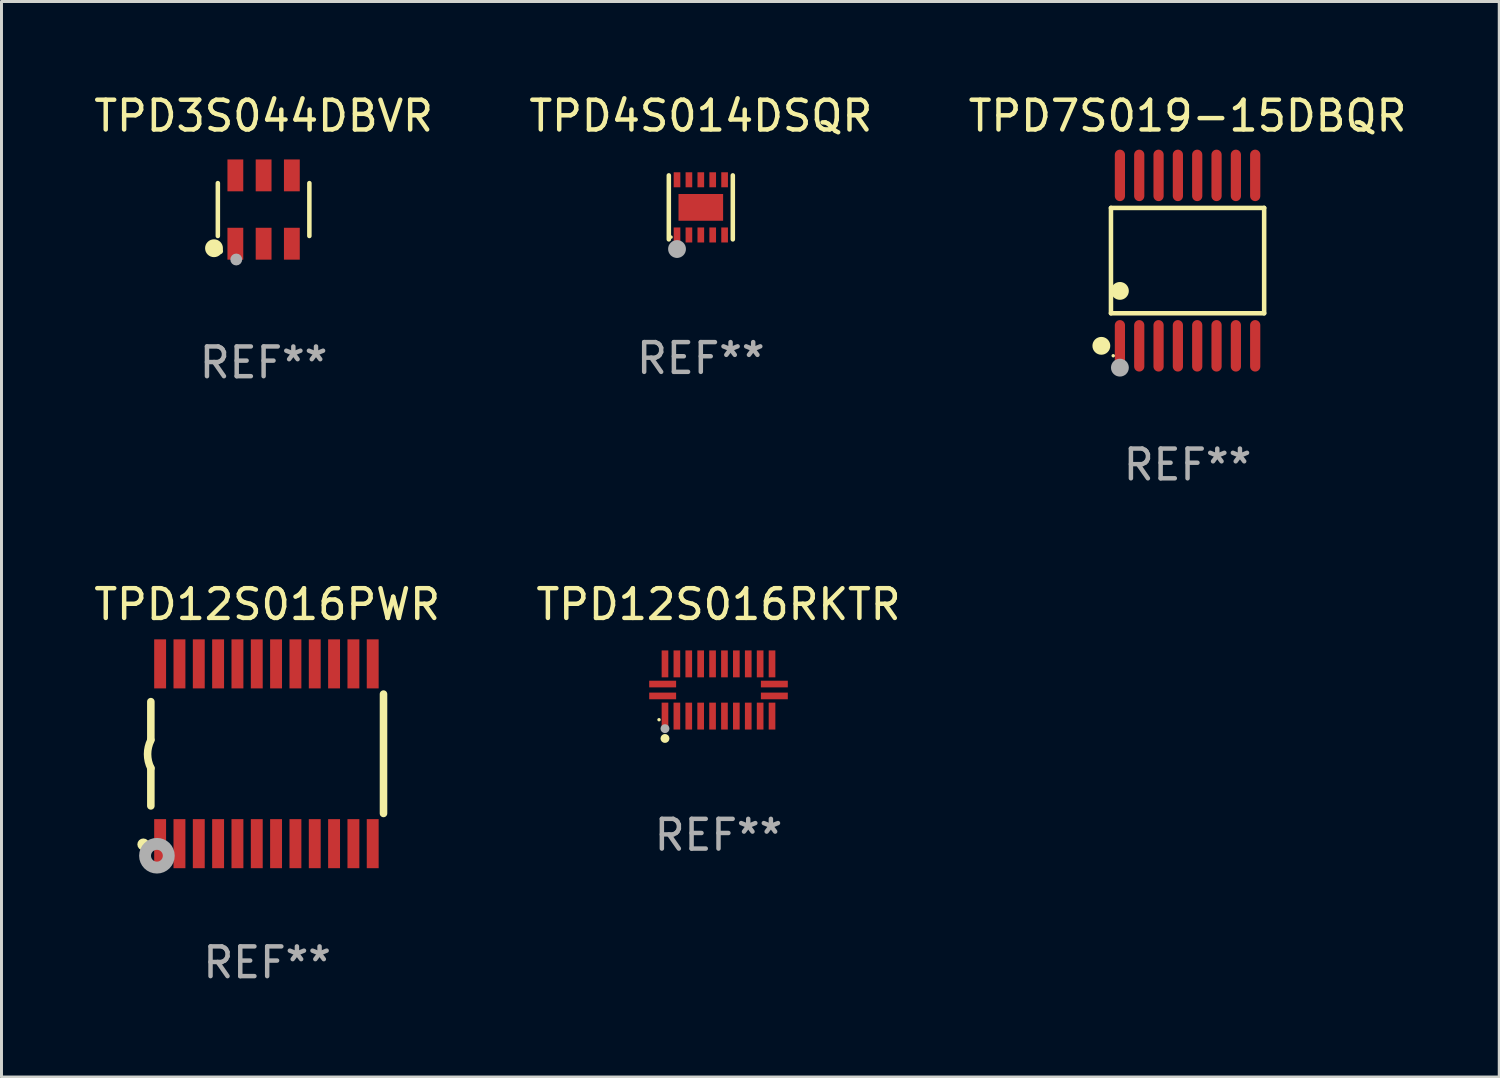
<source format=kicad_pcb>
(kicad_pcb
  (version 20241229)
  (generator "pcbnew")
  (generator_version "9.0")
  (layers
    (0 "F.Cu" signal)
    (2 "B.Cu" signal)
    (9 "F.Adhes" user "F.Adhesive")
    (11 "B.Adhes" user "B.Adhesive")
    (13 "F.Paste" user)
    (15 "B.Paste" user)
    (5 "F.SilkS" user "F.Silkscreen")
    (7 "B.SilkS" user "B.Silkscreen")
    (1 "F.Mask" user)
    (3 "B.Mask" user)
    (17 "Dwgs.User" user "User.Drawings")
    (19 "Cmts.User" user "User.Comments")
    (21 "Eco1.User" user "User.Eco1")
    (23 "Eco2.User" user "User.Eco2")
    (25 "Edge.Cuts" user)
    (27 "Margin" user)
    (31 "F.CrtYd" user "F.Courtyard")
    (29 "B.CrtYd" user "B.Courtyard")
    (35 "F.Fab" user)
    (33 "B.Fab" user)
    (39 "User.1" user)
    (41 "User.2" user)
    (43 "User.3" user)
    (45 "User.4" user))
  (footprint "TPD3S044DBVR"
    (layer "F.Cu")
    (at 5.815 3.997)
    (property "Reference" "TPD3S044DBVR" (at 0 -3.149 0) (layer "F.SilkS") (effects (font (size 1 1) (thickness 0.15))))
    (attr through_hole)
    (fp_line (start -1.539 0.889) (end -1.539 -0.889) (stroke (width 0.152) (type solid)) (layer "F.SilkS"))
    (fp_line (start 1.539 0.889) (end 1.539 -0.889) (stroke (width 0.152) (type solid)) (layer "F.SilkS"))
    (fp_circle (center -1.668 1.301) (end -1.518 1.301) (stroke (width 0.3) (type solid)) (fill no) (layer "F.SilkS"))
    (fp_circle (center -1.463 1.4) (end -1.413 1.4) (stroke (width 0.1) (type solid)) (fill no) (layer "F.SilkS"))
    (fp_circle (center -0.92 1.68) (end -0.82 1.68) (stroke (width 0.2) (type solid)) (fill no) (layer "F.Fab"))
    (fp_text user "REF**" (at 0 5.149 0) (layer "F.Fab") (effects (font (size 1 1) (thickness 0.15))))
    (pad "1" smd rect (at -0.95 1.149) (size 0.532 1.072) (layers "F.Cu" "F.Mask" "F.Paste"))
    (pad "2" smd rect (at 0 1.149) (size 0.532 1.072) (layers "F.Cu" "F.Mask" "F.Paste"))
    (pad "3" smd rect (at 0.95 1.149) (size 0.532 1.072) (layers "F.Cu" "F.Mask" "F.Paste"))
    (pad "4" smd rect (at 0.95 -1.149) (size 0.532 1.072) (layers "F.Cu" "F.Mask" "F.Paste"))
    (pad "5" smd rect (at 0 -1.149) (size 0.532 1.072) (layers "F.Cu" "F.Mask" "F.Paste"))
    (pad "6" smd rect (at -0.95 -1.149) (size 0.532 1.072) (layers "F.Cu" "F.Mask" "F.Paste")))
  (footprint "TPD12S016PWR"
    (layer "F.Cu")
    (at 5.935 22.299)
    (property "Reference" "TPD12S016PWR" (at 0 -5.023 0) (layer "F.SilkS") (effects (font (size 1 1) (thickness 0.15))))
    (attr through_hole)
    (fp_line (start -3.912 -0.483) (end -3.912 -1.753) (stroke (width 0.254) (type solid)) (layer "F.SilkS"))
    (fp_line (start -3.912 1.753) (end -3.912 0.483) (stroke (width 0.254) (type solid)) (layer "F.SilkS"))
    (fp_line (start 3.912 -2.007) (end 3.912 2.007) (stroke (width 0.254) (type solid)) (layer "F.SilkS"))
    (fp_arc (start -3.911608 0.482601) (mid -4.022537 0.0127) (end -3.911608 -0.457201) (stroke (width 0.254001) (type solid)) (layer "F.SilkS"))
    (fp_circle (center -4.166 3.048) (end -4.066 3.048) (stroke (width 0.2) (type solid)) (fill no) (layer "F.SilkS"))
    (fp_circle (center -3.925 3.186) (end -3.895 3.186) (stroke (width 0.06) (type solid)) (fill no) (layer "F.SilkS"))
    (fp_circle (center -3.708 3.429) (end -3.509 3.429) (stroke (width 0.4) (type solid)) (fill no) (layer "F.Fab"))
    (fp_text user "REF**" (at 0 7.023 0) (layer "F.Fab") (effects (font (size 1 1) (thickness 0.15))))
    (pad "1" smd rect (at -3.6 3.023) (size 0.4 1.65) (layers "F.Cu" "F.Mask" "F.Paste"))
    (pad "2" smd rect (at -2.95 3.023) (size 0.4 1.65) (layers "F.Cu" "F.Mask" "F.Paste"))
    (pad "3" smd rect (at -2.3 3.023) (size 0.4 1.65) (layers "F.Cu" "F.Mask" "F.Paste"))
    (pad "4" smd rect (at -1.65 3.023) (size 0.4 1.65) (layers "F.Cu" "F.Mask" "F.Paste"))
    (pad "5" smd rect (at -1 3.023) (size 0.4 1.65) (layers "F.Cu" "F.Mask" "F.Paste"))
    (pad "6" smd rect (at -0.35 3.023) (size 0.4 1.65) (layers "F.Cu" "F.Mask" "F.Paste"))
    (pad "7" smd rect (at 0.299 3.023) (size 0.4 1.65) (layers "F.Cu" "F.Mask" "F.Paste"))
    (pad "8" smd rect (at 0.95 3.023) (size 0.4 1.65) (layers "F.Cu" "F.Mask" "F.Paste"))
    (pad "9" smd rect (at 1.6 3.023) (size 0.4 1.65) (layers "F.Cu" "F.Mask" "F.Paste"))
    (pad "10" smd rect (at 2.25 3.023) (size 0.4 1.65) (layers "F.Cu" "F.Mask" "F.Paste"))
    (pad "11" smd rect (at 2.9 3.023) (size 0.4 1.65) (layers "F.Cu" "F.Mask" "F.Paste"))
    (pad "12" smd rect (at 3.549 3.023) (size 0.4 1.65) (layers "F.Cu" "F.Mask" "F.Paste"))
    (pad "13" smd rect (at 3.549 -3.023) (size 0.4 1.65) (layers "F.Cu" "F.Mask" "F.Paste"))
    (pad "14" smd rect (at 2.9 -3.023) (size 0.4 1.65) (layers "F.Cu" "F.Mask" "F.Paste"))
    (pad "15" smd rect (at 2.25 -3.023) (size 0.4 1.65) (layers "F.Cu" "F.Mask" "F.Paste"))
    (pad "16" smd rect (at 1.6 -3.023) (size 0.4 1.65) (layers "F.Cu" "F.Mask" "F.Paste"))
    (pad "17" smd rect (at 0.95 -3.023) (size 0.4 1.65) (layers "F.Cu" "F.Mask" "F.Paste"))
    (pad "18" smd rect (at 0.299 -3.023) (size 0.4 1.65) (layers "F.Cu" "F.Mask" "F.Paste"))
    (pad "19" smd rect (at -0.35 -3.023) (size 0.4 1.65) (layers "F.Cu" "F.Mask" "F.Paste"))
    (pad "20" smd rect (at -1 -3.023) (size 0.4 1.65) (layers "F.Cu" "F.Mask" "F.Paste"))
    (pad "21" smd rect (at -1.65 -3.023) (size 0.4 1.65) (layers "F.Cu" "F.Mask" "F.Paste"))
    (pad "22" smd rect (at -2.3 -3.023) (size 0.4 1.65) (layers "F.Cu" "F.Mask" "F.Paste"))
    (pad "23" smd rect (at -2.95 -3.023) (size 0.4 1.65) (layers "F.Cu" "F.Mask" "F.Paste"))
    (pad "24" smd rect (at -3.6 -3.023) (size 0.4 1.65) (layers "F.Cu" "F.Mask" "F.Paste")))
  (footprint "TPD4S014DSQR"
    (layer "F.Cu")
    (at 20.518 3.924)
    (property "Reference" "TPD4S014DSQR" (at 0 -3.076 0) (layer "F.SilkS") (effects (font (size 1 1) (thickness 0.15))))
    (attr through_hole)
    (fp_line (start -1.076 1.076) (end -1.076 -1.076) (stroke (width 0.152) (type solid)) (layer "F.SilkS"))
    (fp_line (start 1.076 -1.076) (end 1.076 1.076) (stroke (width 0.152) (type solid)) (layer "F.SilkS"))
    (fp_circle (center -1 1) (end -0.97 1) (stroke (width 0.06) (type solid)) (fill no) (layer "F.SilkS"))
    (fp_circle (center -0.8 1.48) (end -0.7 1.48) (stroke (width 0.2) (type solid)) (fill no) (layer "F.SilkS"))
    (fp_circle (center -0.8 1.4) (end -0.65 1.4) (stroke (width 0.3) (type solid)) (fill no) (layer "F.Fab"))
    (fp_text user "REF**" (at 0 5.076 0) (layer "F.Fab") (effects (font (size 1 1) (thickness 0.15))))
    (pad "1" smd rect (at -0.8 0.928) (size 0.224 0.505) (layers "F.Cu" "F.Mask" "F.Paste"))
    (pad "2" smd rect (at -0.4 0.928) (size 0.224 0.505) (layers "F.Cu" "F.Mask" "F.Paste"))
    (pad "3" smd rect (at 0 0.928) (size 0.224 0.505) (layers "F.Cu" "F.Mask" "F.Paste"))
    (pad "4" smd rect (at 0.4 0.928) (size 0.224 0.505) (layers "F.Cu" "F.Mask" "F.Paste"))
    (pad "5" smd rect (at 0.8 0.928) (size 0.224 0.505) (layers "F.Cu" "F.Mask" "F.Paste"))
    (pad "6" smd rect (at 0.8 -0.928) (size 0.224 0.505) (layers "F.Cu" "F.Mask" "F.Paste"))
    (pad "7" smd rect (at 0.4 -0.928) (size 0.224 0.505) (layers "F.Cu" "F.Mask" "F.Paste"))
    (pad "8" smd rect (at 0 -0.928) (size 0.224 0.505) (layers "F.Cu" "F.Mask" "F.Paste"))
    (pad "9" smd rect (at -0.4 -0.928) (size 0.224 0.505) (layers "F.Cu" "F.Mask" "F.Paste"))
    (pad "10" smd rect (at -0.8 -0.928) (size 0.224 0.505) (layers "F.Cu" "F.Mask" "F.Paste"))
    (pad "11" smd rect (at 0 0) (size 1.5 0.9) (layers "F.Cu" "F.Mask" "F.Paste")))
  (footprint "TPD12S016RKTR"
    (layer "F.Cu")
    (at 21.113 20.154)
    (property "Reference" "TPD12S016RKTR" (at 0 -2.878 0) (layer "F.SilkS") (effects (font (size 1 1) (thickness 0.15))))
    (attr through_hole)
    (fp_circle (center -2 1) (end -1.97 1) (stroke (width 0.06) (type solid)) (fill no) (layer "F.SilkS"))
    (fp_circle (center -1.8 1.63) (end -1.725 1.63) (stroke (width 0.15) (type solid)) (fill no) (layer "F.SilkS"))
    (fp_circle (center -1.8 1.3) (end -1.725 1.3) (stroke (width 0.15) (type solid)) (fill no) (layer "F.Fab"))
    (fp_text user "REF**" (at 0 4.878 0) (layer "F.Fab") (effects (font (size 1 1) (thickness 0.15))))
    (pad "1" smd rect (at -1.8 0.878) (size 0.224 0.905) (layers "F.Cu" "F.Mask" "F.Paste"))
    (pad "2" smd rect (at -1.4 0.878) (size 0.224 0.905) (layers "F.Cu" "F.Mask" "F.Paste"))
    (pad "3" smd rect (at -1 0.878) (size 0.224 0.905) (layers "F.Cu" "F.Mask" "F.Paste"))
    (pad "4" smd rect (at -0.6 0.878) (size 0.224 0.905) (layers "F.Cu" "F.Mask" "F.Paste"))
    (pad "5" smd rect (at -0.2 0.878) (size 0.224 0.905) (layers "F.Cu" "F.Mask" "F.Paste"))
    (pad "6" smd rect (at 0.2 0.878) (size 0.224 0.905) (layers "F.Cu" "F.Mask" "F.Paste"))
    (pad "7" smd rect (at 0.6 0.878) (size 0.224 0.905) (layers "F.Cu" "F.Mask" "F.Paste"))
    (pad "8" smd rect (at 1 0.878) (size 0.224 0.905) (layers "F.Cu" "F.Mask" "F.Paste"))
    (pad "9" smd rect (at 1.4 0.878) (size 0.224 0.905) (layers "F.Cu" "F.Mask" "F.Paste"))
    (pad "10" smd rect (at 1.8 0.878) (size 0.224 0.905) (layers "F.Cu" "F.Mask" "F.Paste"))
    (pad "11" smd rect (at 1.878 0.2) (size 0.905 0.224) (layers "F.Cu" "F.Mask" "F.Paste"))
    (pad "12" smd rect (at 1.878 -0.2) (size 0.905 0.224) (layers "F.Cu" "F.Mask" "F.Paste"))
    (pad "13" smd rect (at 1.8 -0.878) (size 0.224 0.905) (layers "F.Cu" "F.Mask" "F.Paste"))
    (pad "14" smd rect (at 1.4 -0.878) (size 0.224 0.905) (layers "F.Cu" "F.Mask" "F.Paste"))
    (pad "15" smd rect (at 1 -0.878) (size 0.224 0.905) (layers "F.Cu" "F.Mask" "F.Paste"))
    (pad "16" smd rect (at 0.6 -0.878) (size 0.224 0.905) (layers "F.Cu" "F.Mask" "F.Paste"))
    (pad "17" smd rect (at 0.2 -0.878) (size 0.224 0.905) (layers "F.Cu" "F.Mask" "F.Paste"))
    (pad "18" smd rect (at -0.2 -0.878) (size 0.224 0.905) (layers "F.Cu" "F.Mask" "F.Paste"))
    (pad "19" smd rect (at -0.6 -0.878) (size 0.224 0.905) (layers "F.Cu" "F.Mask" "F.Paste"))
    (pad "20" smd rect (at -1 -0.878) (size 0.224 0.905) (layers "F.Cu" "F.Mask" "F.Paste"))
    (pad "21" smd rect (at -1.4 -0.878) (size 0.224 0.905) (layers "F.Cu" "F.Mask" "F.Paste"))
    (pad "22" smd rect (at -1.8 -0.878) (size 0.224 0.905) (layers "F.Cu" "F.Mask" "F.Paste"))
    (pad "23" smd rect (at -1.878 -0.2) (size 0.905 0.224) (layers "F.Cu" "F.Mask" "F.Paste"))
    (pad "24" smd rect (at -1.878 0.2) (size 0.905 0.224) (layers "F.Cu" "F.Mask" "F.Paste")))
  (footprint "TPD7S019-15DBQR"
    (layer "F.Cu")
    (at 36.887 5.714)
    (property "Reference" "TPD7S019-15DBQR" (at 0 -4.866 0) (layer "F.SilkS") (effects (font (size 1 1) (thickness 0.15))))
    (attr through_hole)
    (fp_line (start -2.576 -1.772) (end 2.576 -1.772) (stroke (width 0.152) (type solid)) (layer "F.SilkS"))
    (fp_line (start -2.576 1.771) (end -2.576 -1.772) (stroke (width 0.152) (type solid)) (layer "F.SilkS"))
    (fp_line (start 2.576 -1.772) (end 2.576 1.771) (stroke (width 0.152) (type solid)) (layer "F.SilkS"))
    (fp_line (start 2.576 1.771) (end -2.576 1.771) (stroke (width 0.152) (type solid)) (layer "F.SilkS"))
    (fp_circle (center -2.899 2.866) (end -2.749 2.866) (stroke (width 0.3) (type solid)) (fill no) (layer "F.SilkS"))
    (fp_circle (center -2.5 3.2) (end -2.47 3.2) (stroke (width 0.06) (type solid)) (fill no) (layer "F.SilkS"))
    (fp_circle (center -2.275 1.019) (end -2.125 1.019) (stroke (width 0.3) (type solid)) (fill no) (layer "F.SilkS"))
    (fp_circle (center -2.275 3.6) (end -2.125 3.6) (stroke (width 0.3) (type solid)) (fill no) (layer "F.Fab"))
    (fp_text user "REF**" (at 0 6.866 0) (layer "F.Fab") (effects (font (size 1 1) (thickness 0.15))))
    (pad "1" smd oval (at -2.275 2.866) (size 0.343 1.731) (layers "F.Cu" "F.Mask" "F.Paste"))
    (pad "2" smd oval (at -1.625 2.866) (size 0.343 1.731) (layers "F.Cu" "F.Mask" "F.Paste"))
    (pad "3" smd oval (at -0.975 2.866) (size 0.343 1.731) (layers "F.Cu" "F.Mask" "F.Paste"))
    (pad "4" smd oval (at -0.325 2.866) (size 0.343 1.731) (layers "F.Cu" "F.Mask" "F.Paste"))
    (pad "5" smd oval (at 0.325 2.866) (size 0.343 1.731) (layers "F.Cu" "F.Mask" "F.Paste"))
    (pad "6" smd oval (at 0.975 2.866) (size 0.343 1.731) (layers "F.Cu" "F.Mask" "F.Paste"))
    (pad "7" smd oval (at 1.625 2.866) (size 0.343 1.731) (layers "F.Cu" "F.Mask" "F.Paste"))
    (pad "8" smd oval (at 2.275 2.866) (size 0.343 1.731) (layers "F.Cu" "F.Mask" "F.Paste"))
    (pad "9" smd oval (at 2.275 -2.866) (size 0.343 1.731) (layers "F.Cu" "F.Mask" "F.Paste"))
    (pad "10" smd oval (at 1.625 -2.866) (size 0.343 1.731) (layers "F.Cu" "F.Mask" "F.Paste"))
    (pad "11" smd oval (at 0.975 -2.866) (size 0.343 1.731) (layers "F.Cu" "F.Mask" "F.Paste"))
    (pad "12" smd oval (at 0.325 -2.866) (size 0.343 1.731) (layers "F.Cu" "F.Mask" "F.Paste"))
    (pad "13" smd oval (at -0.325 -2.866) (size 0.343 1.731) (layers "F.Cu" "F.Mask" "F.Paste"))
    (pad "14" smd oval (at -0.975 -2.866) (size 0.343 1.731) (layers "F.Cu" "F.Mask" "F.Paste"))
    (pad "15" smd oval (at -1.625 -2.866) (size 0.343 1.731) (layers "F.Cu" "F.Mask" "F.Paste"))
    (pad "16" smd oval (at -2.275 -2.866) (size 0.343 1.731) (layers "F.Cu" "F.Mask" "F.Paste")))
  (gr_rect
    (start -3 -3)
    (end 47.369 33.17)
    (stroke (width 0.1) (type default))
    (fill no)
    (layer "Edge.Cuts")))
</source>
